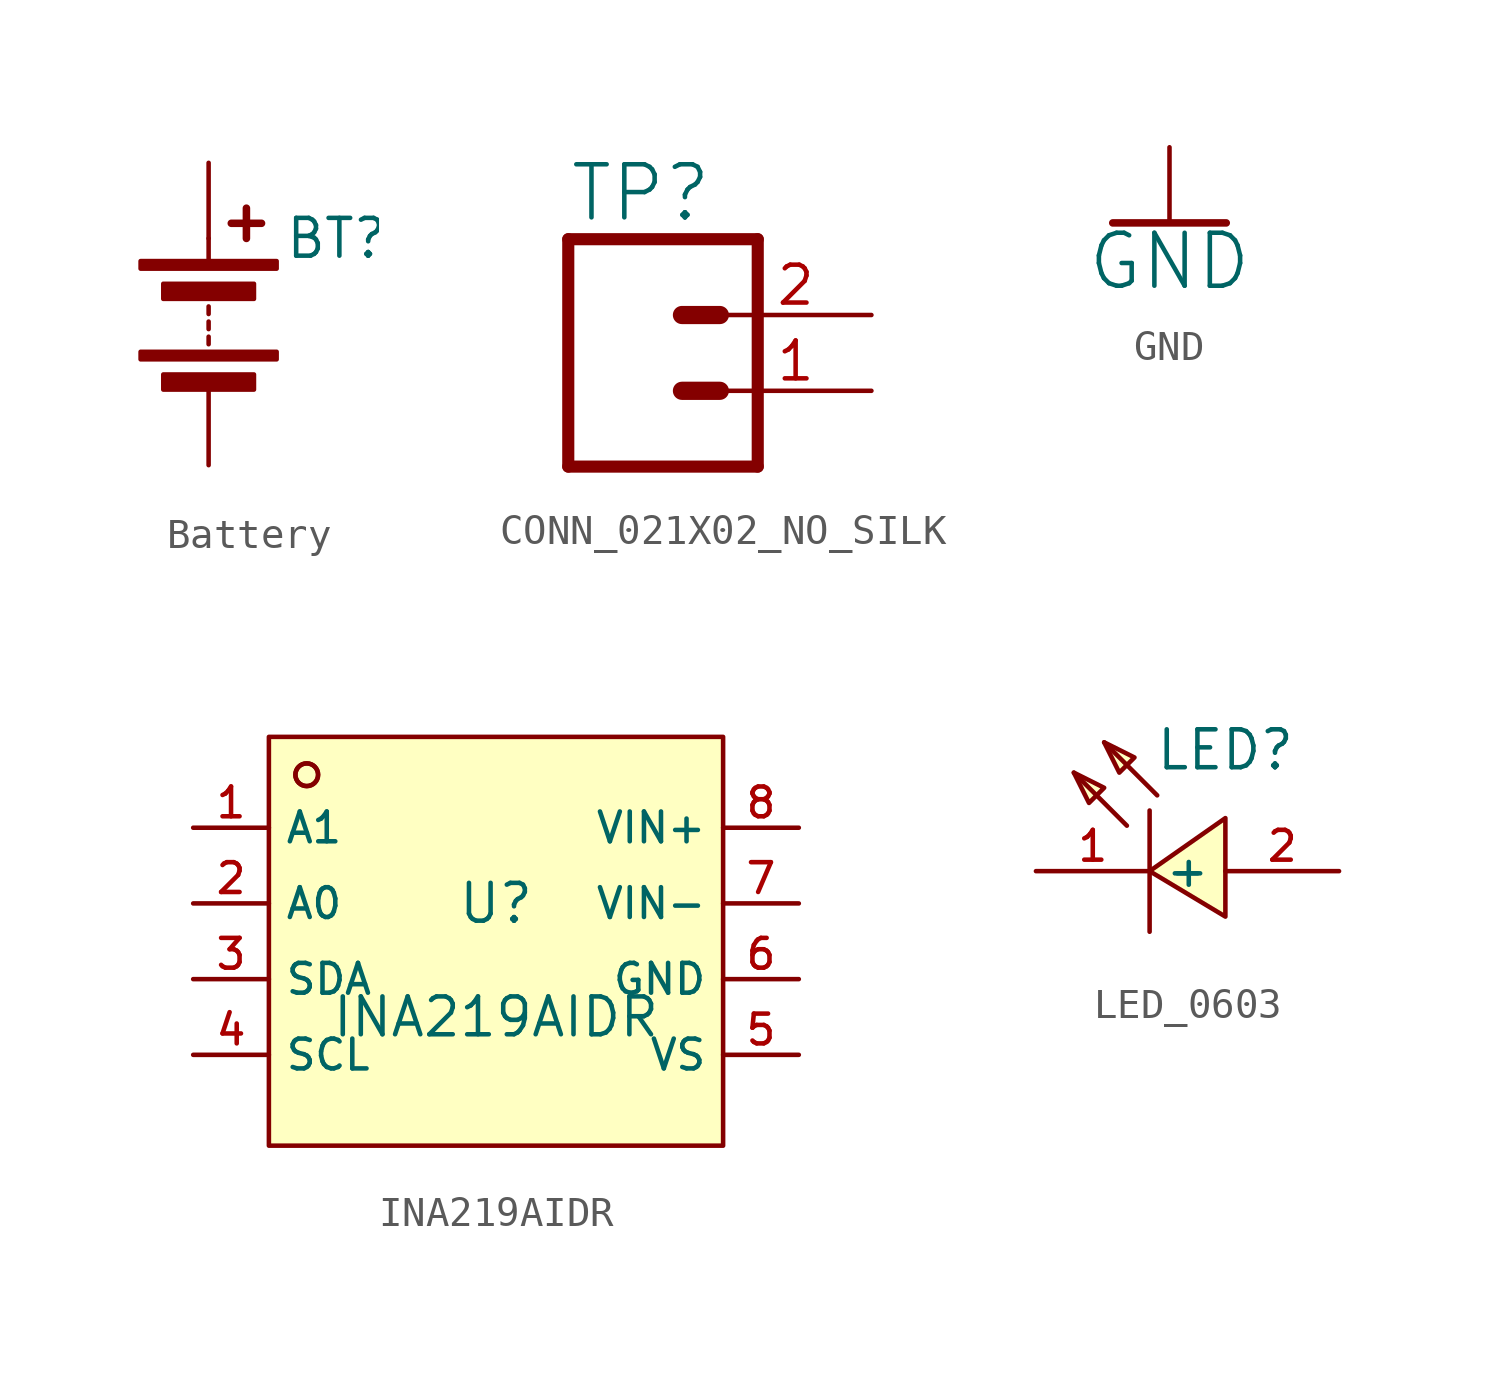
<source format=kicad_sym>
(kicad_symbol_lib
  (version 20241209)
  (generator "kicad_symbol_editor")
  (generator_version "9.0")
  (symbol "Battery"
    (pin_numbers
      (hide yes))
    (pin_names
      (offset 0)
      (hide yes))
    (property "Reference" "BT"
      (at 2.54 2.54 0)
      (effects (font (size 1.27 1.27)) (justify left)))
    (symbol "Battery_0_1"
      (rectangle (start -2.286 1.778) (end 2.286 1.524) (stroke (width 0) (type default)) (fill (type outline)))
      (rectangle (start -2.286 -1.27) (end 2.286 -1.524) (stroke (width 0) (type default)) (fill (type outline)))
      (rectangle (start -1.524 1.016) (end 1.524 0.508) (stroke (width 0) (type default)) (fill (type outline)))
      (rectangle (start -1.524 -2.032) (end 1.524 -2.54) (stroke (width 0) (type default)) (fill (type outline)))
      (polyline (pts (xy 0 1.778) (xy 0 2.54)) (stroke (width 0) (type default)) (fill (type none)))
      (polyline (pts (xy 0 0) (xy 0 0.254)) (stroke (width 0) (type default)) (fill (type none)))
      (polyline (pts (xy 0 -0.508) (xy 0 -0.254)) (stroke (width 0) (type default)) (fill (type none)))
      (polyline (pts (xy 0 -1.016) (xy 0 -0.762)) (stroke (width 0) (type default)) (fill (type none)))
      (polyline (pts (xy 0.762 3.048) (xy 1.778 3.048)) (stroke (width 0.254) (type default)) (fill (type none)))
      (polyline (pts (xy 1.27 3.556) (xy 1.27 2.54)) (stroke (width 0.254) (type default)) (fill (type none))))
    (symbol "Battery_1_1"
      (pin passive line (at 0 5.08 270) (length 2.54) (name "+" (effects (font (size 1.27 1.27)))) (number "1" (effects (font (size 1.27 1.27)))))
      (pin passive line (at 0 -5.08 90) (length 2.54) (name "-" (effects (font (size 1.27 1.27)))) (number "2" (effects (font (size 1.27 1.27)))))))
  (symbol "CONN_021X02_NO_SILK"
    (property "Reference" "TP"
      (at -2.54 5.588 0)
      (effects (font (size 1.778 1.778)) (justify left bottom)))
    (symbol "CONN_021X02_NO_SILK_1_0"
      (polyline (pts (xy -2.54 5.08) (xy -2.54 -2.54)) (stroke (width 0.406) (type solid)) (fill (type none)))
      (polyline (pts (xy -2.54 5.08) (xy 3.81 5.08)) (stroke (width 0.406) (type solid)) (fill (type none)))
      (polyline (pts (xy 1.27 2.54) (xy 2.54 2.54)) (stroke (width 0.61) (type solid)) (fill (type none)))
      (polyline (pts (xy 1.27 0) (xy 2.54 0)) (stroke (width 0.61) (type solid)) (fill (type none)))
      (polyline (pts (xy 3.81 -2.54) (xy -2.54 -2.54)) (stroke (width 0.406) (type solid)) (fill (type none)))
      (polyline (pts (xy 3.81 -2.54) (xy 3.81 5.08)) (stroke (width 0.406) (type solid)) (fill (type none)))
      (pin passive line (at 7.62 2.54 180) (length 5.08) (name "2" (effects (font (size 0 0)))) (number "2" (effects (font (size 1.27 1.27)))))
      (pin passive line (at 7.62 0 180) (length 5.08) (name "1" (effects (font (size 0 0)))) (number "1" (effects (font (size 1.27 1.27)))))))
  (symbol "GND"
    (power)
    (property "Reference" "#GND"
      (at 0 0 0)
      (effects (font (size 1.27 1.27)) (hide yes)))
    (property "Value" "GND"
      (at 0 -0.254 0)
      (effects (font (size 1.778 1.778)) (justify top)))
    (property "ki_locked" ""
      (at 0 0 0)
      (effects (font (size 1.27 1.27))))
    (symbol "GND_1_0"
      (polyline (pts (xy -1.905 0) (xy 1.905 0)) (stroke (width 0.254) (type solid)) (fill (type none)))
      (pin power_in line (at 0 2.54 270) (length 2.54) (name "GND" (effects (font (size 0 0)))) (number "1" (effects (font (size 0 0)))))))
  (symbol "INA219AIDR"
    (property "Reference" "U"
      (at 0 1.27 0)
      (effects (font (size 1.27 1.27))))
    (property "Value" "INA219AIDR"
      (at 0 -2.54 0)
      (effects (font (size 1.27 1.27))))
    (symbol "INA219AIDR_0_1"
      (rectangle (start -7.62 6.858) (end 7.62 -6.858) (stroke (width 0) (type default)) (fill (type background)))
      (circle (center -6.35 5.588) (radius 0.381) (stroke (width 0) (type default)) (fill (type background)))
      (circle (center -6.35 5.588) (radius 0.381) (stroke (width 0) (type default)) (fill (type background)))
      (pin unspecified line (at -10.16 3.81 0) (length 2.54) (name "A1" (effects (font (size 1 1)))) (number "1" (effects (font (size 1 1)))))
      (pin unspecified line (at -10.16 1.27 0) (length 2.54) (name "A0" (effects (font (size 1 1)))) (number "2" (effects (font (size 1 1)))))
      (pin unspecified line (at -10.16 -1.27 0) (length 2.54) (name "SDA" (effects (font (size 1 1)))) (number "3" (effects (font (size 1 1)))))
      (pin unspecified line (at -10.16 -3.81 0) (length 2.54) (name "SCL" (effects (font (size 1 1)))) (number "4" (effects (font (size 1 1)))))
      (pin unspecified line (at 10.16 3.81 180) (length 2.54) (name "VIN+" (effects (font (size 1 1)))) (number "8" (effects (font (size 1 1)))))
      (pin unspecified line (at 10.16 1.27 180) (length 2.54) (name "VIN-" (effects (font (size 1 1)))) (number "7" (effects (font (size 1 1)))))
      (pin unspecified line (at 10.16 -1.27 180) (length 2.54) (name "GND" (effects (font (size 1 1)))) (number "6" (effects (font (size 1 1)))))
      (pin unspecified line (at 10.16 -3.81 180) (length 2.54) (name "VS" (effects (font (size 1 1)))) (number "5" (effects (font (size 1 1)))))))
  (symbol "LED_0603"
    (property "Reference" "LED"
      (at 1.27 4.064 0)
      (effects (font (size 1.27 1.27))))
    (property "Value" ""
      (at 0 -2.54 0)
      (effects (font (size 1.27 1.27))))
    (symbol "LED_0603_0_1"
      (polyline (pts (xy -3.81 3.302) (xy -2.794 2.794) (xy -3.302 2.286) (xy -3.81 3.302)) (stroke (width 0) (type default)) (fill (type background)))
      (polyline (pts (xy -2.794 4.318) (xy -1.778 3.81) (xy -2.286 3.302) (xy -2.794 4.318)) (stroke (width 0) (type default)) (fill (type background)))
      (polyline (pts (xy -2.032 1.524) (xy -3.81 3.302)) (stroke (width 0) (type default)) (fill (type none)))
      (polyline (pts (xy -1.27 2.032) (xy -1.27 -2.032)) (stroke (width 0) (type default)) (fill (type none)))
      (polyline (pts (xy -1.016 2.54) (xy -2.794 4.318)) (stroke (width 0) (type default)) (fill (type none)))
      (polyline (pts (xy 1.27 -1.524) (xy -1.27 0) (xy 1.27 1.778) (xy 1.27 -1.524)) (stroke (width 0) (type default)) (fill (type background)))
      (pin unspecified line (at -5.08 0 0) (length 3.81) (name "-" (effects (font (size 1 1)))) (number "1" (effects (font (size 1 1)))))
      (pin unspecified line (at 5.08 0 180) (length 3.81) (name "+" (effects (font (size 1 1)))) (number "2" (effects (font (size 1 1))))))))
</source>
